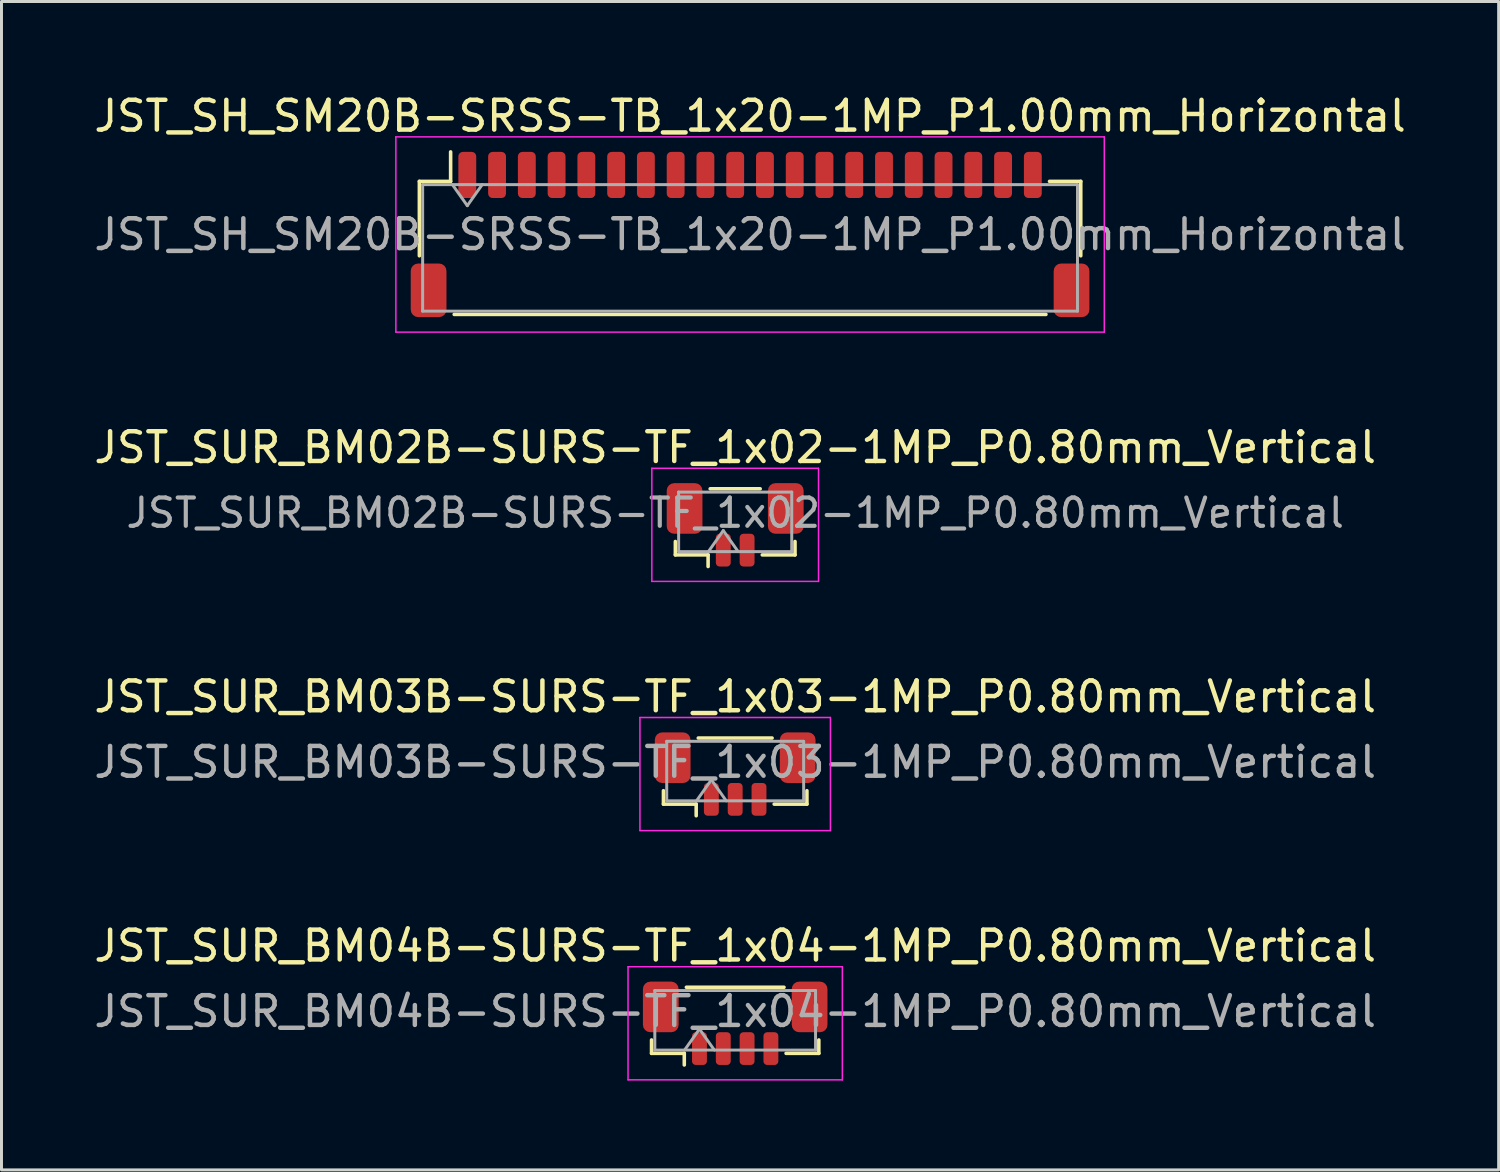
<source format=kicad_pcb>
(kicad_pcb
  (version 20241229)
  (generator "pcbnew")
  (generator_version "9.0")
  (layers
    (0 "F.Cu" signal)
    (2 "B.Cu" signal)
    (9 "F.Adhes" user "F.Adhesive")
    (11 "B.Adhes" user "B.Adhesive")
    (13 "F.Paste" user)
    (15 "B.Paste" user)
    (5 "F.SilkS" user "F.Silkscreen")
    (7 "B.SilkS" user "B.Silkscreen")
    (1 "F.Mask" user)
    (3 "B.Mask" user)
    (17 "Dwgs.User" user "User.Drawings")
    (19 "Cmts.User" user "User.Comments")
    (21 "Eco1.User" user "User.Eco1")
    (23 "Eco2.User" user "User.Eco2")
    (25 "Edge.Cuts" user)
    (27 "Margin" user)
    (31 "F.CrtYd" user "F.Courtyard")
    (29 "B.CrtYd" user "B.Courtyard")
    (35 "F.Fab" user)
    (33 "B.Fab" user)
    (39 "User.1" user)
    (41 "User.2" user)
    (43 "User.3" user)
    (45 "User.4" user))
  (footprint "JST_SUR_BM03B-SURS-TF_1x03-1MP_P0.80mm_Vertical"
    (layer "F.Cu")
    (at 21.649 22.955)
    (property "Reference" "JST_SUR_BM03B-SURS-TF_1x03-1MP_P0.80mm_Vertical" (at 0 -2.6 0) (layer "F.SilkS") (effects (font (size 1 1) (thickness 0.15))))
    (attr smd)
    (fp_line (start -2.41 0.56) (end -2.41 1.01) (stroke (width 0.12) (type solid)) (layer "F.SilkS"))
    (fp_line (start -2.41 1.01) (end -1.31 1.01) (stroke (width 0.12) (type solid)) (layer "F.SilkS"))
    (fp_line (start -1.31 1.01) (end -1.31 1.4) (stroke (width 0.12) (type solid)) (layer "F.SilkS"))
    (fp_line (start -1.24 -1.21) (end 1.24 -1.21) (stroke (width 0.12) (type solid)) (layer "F.SilkS"))
    (fp_line (start 2.41 0.56) (end 2.41 1.01) (stroke (width 0.12) (type solid)) (layer "F.SilkS"))
    (fp_line (start 2.41 1.01) (end 1.31 1.01) (stroke (width 0.12) (type solid)) (layer "F.SilkS"))
    (fp_line (start -3.2 -1.9) (end -3.2 1.9) (stroke (width 0.05) (type solid)) (layer "F.CrtYd"))
    (fp_line (start -3.2 1.9) (end 3.2 1.9) (stroke (width 0.05) (type solid)) (layer "F.CrtYd"))
    (fp_line (start 3.2 -1.9) (end -3.2 -1.9) (stroke (width 0.05) (type solid)) (layer "F.CrtYd"))
    (fp_line (start 3.2 1.9) (end 3.2 -1.9) (stroke (width 0.05) (type solid)) (layer "F.CrtYd"))
    (fp_line (start -2.3 -1.1) (end 2.3 -1.1) (stroke (width 0.1) (type solid)) (layer "F.Fab"))
    (fp_line (start -2.3 0.9) (end -2.3 -1.1) (stroke (width 0.1) (type solid)) (layer "F.Fab"))
    (fp_line (start -2.3 0.9) (end 2.3 0.9) (stroke (width 0.1) (type solid)) (layer "F.Fab"))
    (fp_line (start -1.3 0.9) (end -0.8 0.193) (stroke (width 0.1) (type solid)) (layer "F.Fab"))
    (fp_line (start -0.8 0.193) (end -0.3 0.9) (stroke (width 0.1) (type solid)) (layer "F.Fab"))
    (fp_line (start 2.3 0.9) (end 2.3 -1.1) (stroke (width 0.1) (type solid)) (layer "F.Fab"))
    (fp_text user "${REFERENCE}" (at 0 -0.4 0) (layer "F.Fab") (effects (font (size 1 1) (thickness 0.15))))
    (pad "1" smd roundrect (at -0.8 0.85) (size 0.5 1.1) (layers "F.Cu" "F.Mask" "F.Paste") (roundrect_rratio 0.25))
    (pad "2" smd roundrect (at 0 0.85) (size 0.5 1.1) (layers "F.Cu" "F.Mask" "F.Paste") (roundrect_rratio 0.25))
    (pad "3" smd roundrect (at 0.8 0.85) (size 0.5 1.1) (layers "F.Cu" "F.Mask" "F.Paste") (roundrect_rratio 0.25))
    (pad "MP" smd roundrect (at -2.1 -0.55) (size 1.2 1.7) (layers "F.Cu" "F.Mask" "F.Paste") (roundrect_rratio 0.208))
    (pad "MP" smd roundrect (at 2.1 -0.55) (size 1.2 1.7) (layers "F.Cu" "F.Mask" "F.Paste") (roundrect_rratio 0.208)))
  (footprint "JST_SUR_BM02B-SURS-TF_1x02-1MP_P0.80mm_Vertical"
    (layer "F.Cu")
    (at 21.649 14.582)
    (property "Reference" "JST_SUR_BM02B-SURS-TF_1x02-1MP_P0.80mm_Vertical" (at 0 -2.6 0) (layer "F.SilkS") (effects (font (size 1 1) (thickness 0.15))))
    (attr smd)
    (fp_line (start -2.01 0.56) (end -2.01 1.01) (stroke (width 0.12) (type solid)) (layer "F.SilkS"))
    (fp_line (start -2.01 1.01) (end -0.91 1.01) (stroke (width 0.12) (type solid)) (layer "F.SilkS"))
    (fp_line (start -0.91 1.01) (end -0.91 1.4) (stroke (width 0.12) (type solid)) (layer "F.SilkS"))
    (fp_line (start -0.84 -1.21) (end 0.84 -1.21) (stroke (width 0.12) (type solid)) (layer "F.SilkS"))
    (fp_line (start 2.01 0.56) (end 2.01 1.01) (stroke (width 0.12) (type solid)) (layer "F.SilkS"))
    (fp_line (start 2.01 1.01) (end 0.91 1.01) (stroke (width 0.12) (type solid)) (layer "F.SilkS"))
    (fp_line (start -2.8 -1.9) (end -2.8 1.9) (stroke (width 0.05) (type solid)) (layer "F.CrtYd"))
    (fp_line (start -2.8 1.9) (end 2.8 1.9) (stroke (width 0.05) (type solid)) (layer "F.CrtYd"))
    (fp_line (start 2.8 -1.9) (end -2.8 -1.9) (stroke (width 0.05) (type solid)) (layer "F.CrtYd"))
    (fp_line (start 2.8 1.9) (end 2.8 -1.9) (stroke (width 0.05) (type solid)) (layer "F.CrtYd"))
    (fp_line (start -1.9 -1.1) (end 1.9 -1.1) (stroke (width 0.1) (type solid)) (layer "F.Fab"))
    (fp_line (start -1.9 0.9) (end -1.9 -1.1) (stroke (width 0.1) (type solid)) (layer "F.Fab"))
    (fp_line (start -1.9 0.9) (end 1.9 0.9) (stroke (width 0.1) (type solid)) (layer "F.Fab"))
    (fp_line (start -0.9 0.9) (end -0.4 0.193) (stroke (width 0.1) (type solid)) (layer "F.Fab"))
    (fp_line (start -0.4 0.193) (end 0.1 0.9) (stroke (width 0.1) (type solid)) (layer "F.Fab"))
    (fp_line (start 1.9 0.9) (end 1.9 -1.1) (stroke (width 0.1) (type solid)) (layer "F.Fab"))
    (fp_text user "${REFERENCE}" (at 0 -0.4 0) (layer "F.Fab") (effects (font (size 0.95 0.95) (thickness 0.14))))
    (pad "1" smd roundrect (at -0.4 0.85) (size 0.5 1.1) (layers "F.Cu" "F.Mask" "F.Paste") (roundrect_rratio 0.25))
    (pad "2" smd roundrect (at 0.4 0.85) (size 0.5 1.1) (layers "F.Cu" "F.Mask" "F.Paste") (roundrect_rratio 0.25))
    (pad "MP" smd roundrect (at -1.7 -0.55) (size 1.2 1.7) (layers "F.Cu" "F.Mask" "F.Paste") (roundrect_rratio 0.208))
    (pad "MP" smd roundrect (at 1.7 -0.55) (size 1.2 1.7) (layers "F.Cu" "F.Mask" "F.Paste") (roundrect_rratio 0.208)))
  (footprint "JST_SUR_BM04B-SURS-TF_1x04-1MP_P0.80mm_Vertical"
    (layer "F.Cu")
    (at 21.649 31.328)
    (property "Reference" "JST_SUR_BM04B-SURS-TF_1x04-1MP_P0.80mm_Vertical" (at 0 -2.6 0) (layer "F.SilkS") (effects (font (size 1 1) (thickness 0.15))))
    (attr smd)
    (fp_line (start -2.81 0.56) (end -2.81 1.01) (stroke (width 0.12) (type solid)) (layer "F.SilkS"))
    (fp_line (start -2.81 1.01) (end -1.71 1.01) (stroke (width 0.12) (type solid)) (layer "F.SilkS"))
    (fp_line (start -1.71 1.01) (end -1.71 1.4) (stroke (width 0.12) (type solid)) (layer "F.SilkS"))
    (fp_line (start -1.64 -1.21) (end 1.64 -1.21) (stroke (width 0.12) (type solid)) (layer "F.SilkS"))
    (fp_line (start 2.81 0.56) (end 2.81 1.01) (stroke (width 0.12) (type solid)) (layer "F.SilkS"))
    (fp_line (start 2.81 1.01) (end 1.71 1.01) (stroke (width 0.12) (type solid)) (layer "F.SilkS"))
    (fp_line (start -3.6 -1.9) (end -3.6 1.9) (stroke (width 0.05) (type solid)) (layer "F.CrtYd"))
    (fp_line (start -3.6 1.9) (end 3.6 1.9) (stroke (width 0.05) (type solid)) (layer "F.CrtYd"))
    (fp_line (start 3.6 -1.9) (end -3.6 -1.9) (stroke (width 0.05) (type solid)) (layer "F.CrtYd"))
    (fp_line (start 3.6 1.9) (end 3.6 -1.9) (stroke (width 0.05) (type solid)) (layer "F.CrtYd"))
    (fp_line (start -2.7 -1.1) (end 2.7 -1.1) (stroke (width 0.1) (type solid)) (layer "F.Fab"))
    (fp_line (start -2.7 0.9) (end -2.7 -1.1) (stroke (width 0.1) (type solid)) (layer "F.Fab"))
    (fp_line (start -2.7 0.9) (end 2.7 0.9) (stroke (width 0.1) (type solid)) (layer "F.Fab"))
    (fp_line (start -1.7 0.9) (end -1.2 0.193) (stroke (width 0.1) (type solid)) (layer "F.Fab"))
    (fp_line (start -1.2 0.193) (end -0.7 0.9) (stroke (width 0.1) (type solid)) (layer "F.Fab"))
    (fp_line (start 2.7 0.9) (end 2.7 -1.1) (stroke (width 0.1) (type solid)) (layer "F.Fab"))
    (fp_text user "${REFERENCE}" (at 0 -0.4 0) (layer "F.Fab") (effects (font (size 1 1) (thickness 0.15))))
    (pad "1" smd roundrect (at -1.2 0.85) (size 0.5 1.1) (layers "F.Cu" "F.Mask" "F.Paste") (roundrect_rratio 0.25))
    (pad "2" smd roundrect (at -0.4 0.85) (size 0.5 1.1) (layers "F.Cu" "F.Mask" "F.Paste") (roundrect_rratio 0.25))
    (pad "3" smd roundrect (at 0.4 0.85) (size 0.5 1.1) (layers "F.Cu" "F.Mask" "F.Paste") (roundrect_rratio 0.25))
    (pad "4" smd roundrect (at 1.2 0.85) (size 0.5 1.1) (layers "F.Cu" "F.Mask" "F.Paste") (roundrect_rratio 0.25))
    (pad "MP" smd roundrect (at -2.5 -0.55) (size 1.2 1.7) (layers "F.Cu" "F.Mask" "F.Paste") (roundrect_rratio 0.208))
    (pad "MP" smd roundrect (at 2.5 -0.55) (size 1.2 1.7) (layers "F.Cu" "F.Mask" "F.Paste") (roundrect_rratio 0.208)))
  (footprint "JST_SH_SM20B-SRSS-TB_1x20-1MP_P1.00mm_Horizontal"
    (layer "F.Cu")
    (at 22.149 4.828)
    (property "Reference" "JST_SH_SM20B-SRSS-TB_1x20-1MP_P1.00mm_Horizontal" (at 0 -3.98 0) (layer "F.SilkS") (effects (font (size 1 1) (thickness 0.15))))
    (attr smd)
    (fp_line (start -11.11 -1.785) (end -10.06 -1.785) (stroke (width 0.12) (type solid)) (layer "F.SilkS"))
    (fp_line (start -11.11 0.715) (end -11.11 -1.785) (stroke (width 0.12) (type solid)) (layer "F.SilkS"))
    (fp_line (start -10.06 -1.785) (end -10.06 -2.775) (stroke (width 0.12) (type solid)) (layer "F.SilkS"))
    (fp_line (start -9.94 2.685) (end 9.94 2.685) (stroke (width 0.12) (type solid)) (layer "F.SilkS"))
    (fp_line (start 11.11 -1.785) (end 10.06 -1.785) (stroke (width 0.12) (type solid)) (layer "F.SilkS"))
    (fp_line (start 11.11 0.715) (end 11.11 -1.785) (stroke (width 0.12) (type solid)) (layer "F.SilkS"))
    (fp_line (start -11.9 -3.28) (end -11.9 3.28) (stroke (width 0.05) (type solid)) (layer "F.CrtYd"))
    (fp_line (start -11.9 3.28) (end 11.9 3.28) (stroke (width 0.05) (type solid)) (layer "F.CrtYd"))
    (fp_line (start 11.9 -3.28) (end -11.9 -3.28) (stroke (width 0.05) (type solid)) (layer "F.CrtYd"))
    (fp_line (start 11.9 3.28) (end 11.9 -3.28) (stroke (width 0.05) (type solid)) (layer "F.CrtYd"))
    (fp_line (start -11 -1.675) (end -11 2.575) (stroke (width 0.1) (type solid)) (layer "F.Fab"))
    (fp_line (start -11 -1.675) (end 11 -1.675) (stroke (width 0.1) (type solid)) (layer "F.Fab"))
    (fp_line (start -11 2.575) (end 11 2.575) (stroke (width 0.1) (type solid)) (layer "F.Fab"))
    (fp_line (start -10 -1.675) (end -9.5 -0.968) (stroke (width 0.1) (type solid)) (layer "F.Fab"))
    (fp_line (start -9.5 -0.968) (end -9 -1.675) (stroke (width 0.1) (type solid)) (layer "F.Fab"))
    (fp_line (start 11 -1.675) (end 11 2.575) (stroke (width 0.1) (type solid)) (layer "F.Fab"))
    (fp_text user "${REFERENCE}" (at 0 0 0) (layer "F.Fab") (effects (font (size 1 1) (thickness 0.15))))
    (pad "1" smd roundrect (at -9.5 -2) (size 0.6 1.55) (layers "F.Cu" "F.Mask" "F.Paste") (roundrect_rratio 0.25))
    (pad "2" smd roundrect (at -8.5 -2) (size 0.6 1.55) (layers "F.Cu" "F.Mask" "F.Paste") (roundrect_rratio 0.25))
    (pad "3" smd roundrect (at -7.5 -2) (size 0.6 1.55) (layers "F.Cu" "F.Mask" "F.Paste") (roundrect_rratio 0.25))
    (pad "4" smd roundrect (at -6.5 -2) (size 0.6 1.55) (layers "F.Cu" "F.Mask" "F.Paste") (roundrect_rratio 0.25))
    (pad "5" smd roundrect (at -5.5 -2) (size 0.6 1.55) (layers "F.Cu" "F.Mask" "F.Paste") (roundrect_rratio 0.25))
    (pad "6" smd roundrect (at -4.5 -2) (size 0.6 1.55) (layers "F.Cu" "F.Mask" "F.Paste") (roundrect_rratio 0.25))
    (pad "7" smd roundrect (at -3.5 -2) (size 0.6 1.55) (layers "F.Cu" "F.Mask" "F.Paste") (roundrect_rratio 0.25))
    (pad "8" smd roundrect (at -2.5 -2) (size 0.6 1.55) (layers "F.Cu" "F.Mask" "F.Paste") (roundrect_rratio 0.25))
    (pad "9" smd roundrect (at -1.5 -2) (size 0.6 1.55) (layers "F.Cu" "F.Mask" "F.Paste") (roundrect_rratio 0.25))
    (pad "10" smd roundrect (at -0.5 -2) (size 0.6 1.55) (layers "F.Cu" "F.Mask" "F.Paste") (roundrect_rratio 0.25))
    (pad "11" smd roundrect (at 0.5 -2) (size 0.6 1.55) (layers "F.Cu" "F.Mask" "F.Paste") (roundrect_rratio 0.25))
    (pad "12" smd roundrect (at 1.5 -2) (size 0.6 1.55) (layers "F.Cu" "F.Mask" "F.Paste") (roundrect_rratio 0.25))
    (pad "13" smd roundrect (at 2.5 -2) (size 0.6 1.55) (layers "F.Cu" "F.Mask" "F.Paste") (roundrect_rratio 0.25))
    (pad "14" smd roundrect (at 3.5 -2) (size 0.6 1.55) (layers "F.Cu" "F.Mask" "F.Paste") (roundrect_rratio 0.25))
    (pad "15" smd roundrect (at 4.5 -2) (size 0.6 1.55) (layers "F.Cu" "F.Mask" "F.Paste") (roundrect_rratio 0.25))
    (pad "16" smd roundrect (at 5.5 -2) (size 0.6 1.55) (layers "F.Cu" "F.Mask" "F.Paste") (roundrect_rratio 0.25))
    (pad "17" smd roundrect (at 6.5 -2) (size 0.6 1.55) (layers "F.Cu" "F.Mask" "F.Paste") (roundrect_rratio 0.25))
    (pad "18" smd roundrect (at 7.5 -2) (size 0.6 1.55) (layers "F.Cu" "F.Mask" "F.Paste") (roundrect_rratio 0.25))
    (pad "19" smd roundrect (at 8.5 -2) (size 0.6 1.55) (layers "F.Cu" "F.Mask" "F.Paste") (roundrect_rratio 0.25))
    (pad "20" smd roundrect (at 9.5 -2) (size 0.6 1.55) (layers "F.Cu" "F.Mask" "F.Paste") (roundrect_rratio 0.25))
    (pad "MP" smd roundrect (at -10.8 1.875) (size 1.2 1.8) (layers "F.Cu" "F.Mask" "F.Paste") (roundrect_rratio 0.208))
    (pad "MP" smd roundrect (at 10.8 1.875) (size 1.2 1.8) (layers "F.Cu" "F.Mask" "F.Paste") (roundrect_rratio 0.208)))
  (gr_rect
    (start -3 -3)
    (end 47.298 36.253)
    (stroke (width 0.1) (type default))
    (fill no)
    (layer "Edge.Cuts")))
</source>
